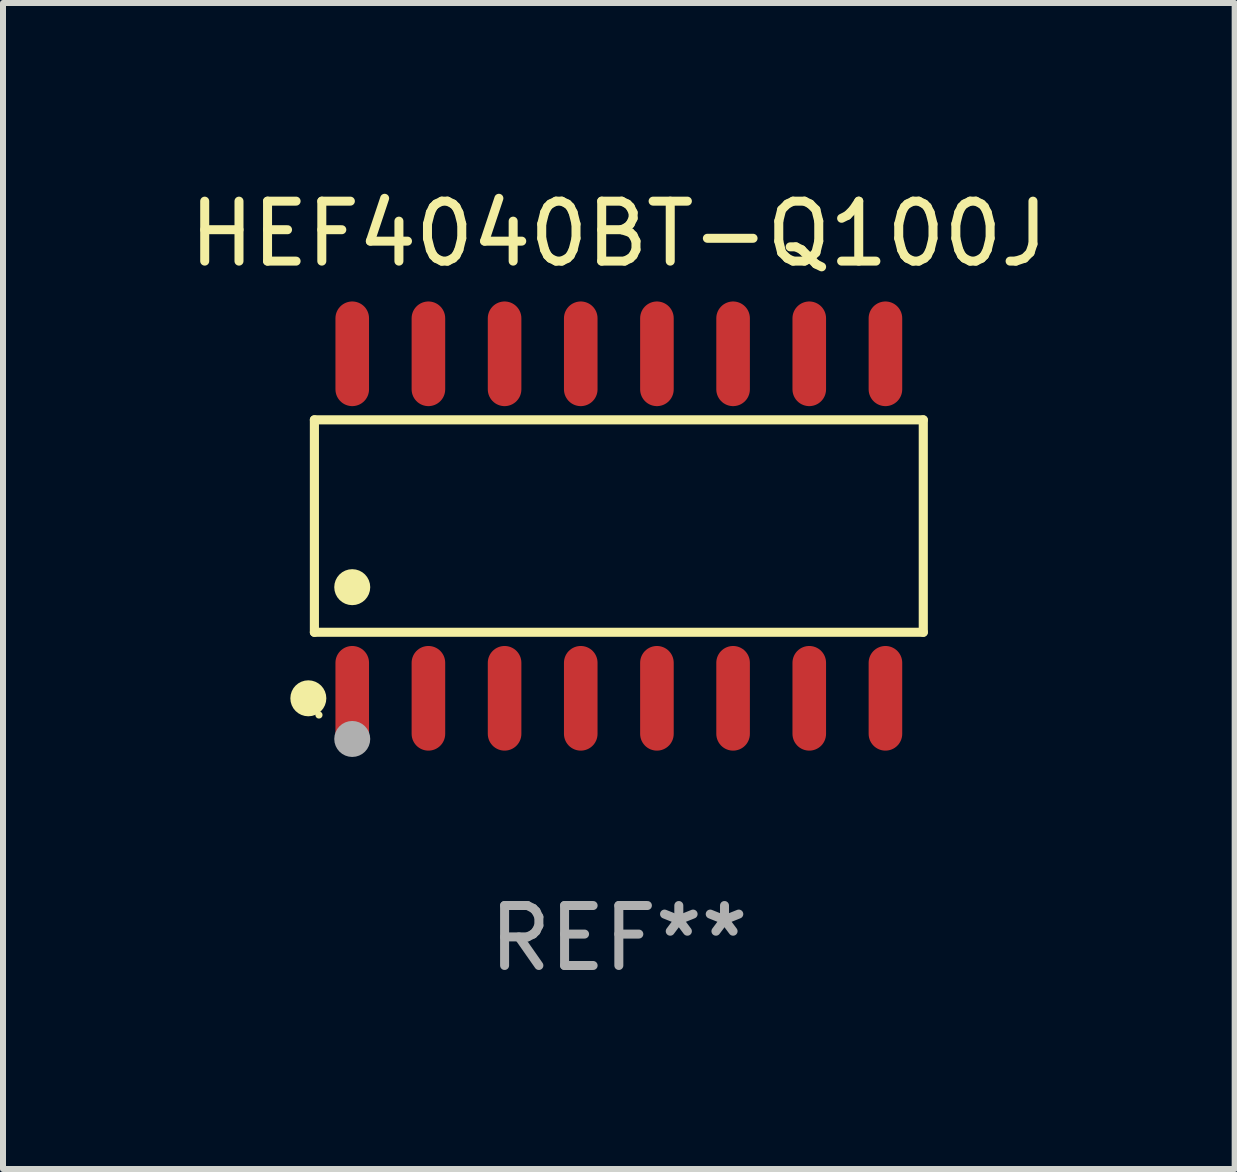
<source format=kicad_pcb>
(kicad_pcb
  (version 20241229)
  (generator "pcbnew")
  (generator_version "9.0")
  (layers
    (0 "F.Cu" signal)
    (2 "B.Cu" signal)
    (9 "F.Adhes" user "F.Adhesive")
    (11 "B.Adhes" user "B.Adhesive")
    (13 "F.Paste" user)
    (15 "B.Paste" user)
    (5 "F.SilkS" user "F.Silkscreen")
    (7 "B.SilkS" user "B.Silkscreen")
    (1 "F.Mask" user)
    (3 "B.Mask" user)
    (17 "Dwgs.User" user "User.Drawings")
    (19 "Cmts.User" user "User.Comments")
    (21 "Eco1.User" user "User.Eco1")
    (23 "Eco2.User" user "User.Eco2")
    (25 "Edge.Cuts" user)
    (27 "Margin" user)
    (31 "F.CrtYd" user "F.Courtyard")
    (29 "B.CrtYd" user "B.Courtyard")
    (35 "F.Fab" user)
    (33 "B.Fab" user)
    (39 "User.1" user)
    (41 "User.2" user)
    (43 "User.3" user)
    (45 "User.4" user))
  (footprint "HEF4040BT-Q100J"
    (layer "F.Cu")
    (at 7.268 5.721)
    (property "Reference" "HEF4040BT-Q100J" (at 0 -4.872 0) (layer "F.SilkS") (effects (font (size 1 1) (thickness 0.15))))
    (attr through_hole)
    (fp_line (start -5.076 -1.771) (end 5.076 -1.771) (stroke (width 0.152) (type solid)) (layer "F.SilkS"))
    (fp_line (start -5.076 1.771) (end -5.076 -1.771) (stroke (width 0.152) (type solid)) (layer "F.SilkS"))
    (fp_line (start 5.076 -1.771) (end 5.076 1.771) (stroke (width 0.152) (type solid)) (layer "F.SilkS"))
    (fp_line (start 5.076 1.771) (end -5.076 1.771) (stroke (width 0.152) (type solid)) (layer "F.SilkS"))
    (fp_circle (center -5.177 2.872) (end -5.027 2.872) (stroke (width 0.3) (type solid)) (fill no) (layer "F.SilkS"))
    (fp_circle (center -5 3.15) (end -4.97 3.15) (stroke (width 0.06) (type solid)) (fill no) (layer "F.SilkS"))
    (fp_circle (center -4.445 1.019) (end -4.295 1.019) (stroke (width 0.3) (type solid)) (fill no) (layer "F.SilkS"))
    (fp_circle (center -4.445 3.55) (end -4.295 3.55) (stroke (width 0.3) (type solid)) (fill no) (layer "F.Fab"))
    (fp_text user "REF**" (at 0 6.872 0) (layer "F.Fab") (effects (font (size 1 1) (thickness 0.15))))
    (pad "1" smd oval (at -4.445 2.872) (size 0.56 1.745) (layers "F.Cu" "F.Mask" "F.Paste"))
    (pad "2" smd oval (at -3.175 2.872) (size 0.56 1.745) (layers "F.Cu" "F.Mask" "F.Paste"))
    (pad "3" smd oval (at -1.905 2.872) (size 0.56 1.745) (layers "F.Cu" "F.Mask" "F.Paste"))
    (pad "4" smd oval (at -0.635 2.872) (size 0.56 1.745) (layers "F.Cu" "F.Mask" "F.Paste"))
    (pad "5" smd oval (at 0.635 2.872) (size 0.56 1.745) (layers "F.Cu" "F.Mask" "F.Paste"))
    (pad "6" smd oval (at 1.905 2.872) (size 0.56 1.745) (layers "F.Cu" "F.Mask" "F.Paste"))
    (pad "7" smd oval (at 3.175 2.872) (size 0.56 1.745) (layers "F.Cu" "F.Mask" "F.Paste"))
    (pad "8" smd oval (at 4.445 2.872) (size 0.56 1.745) (layers "F.Cu" "F.Mask" "F.Paste"))
    (pad "9" smd oval (at 4.445 -2.872) (size 0.56 1.745) (layers "F.Cu" "F.Mask" "F.Paste"))
    (pad "10" smd oval (at 3.175 -2.872) (size 0.56 1.745) (layers "F.Cu" "F.Mask" "F.Paste"))
    (pad "11" smd oval (at 1.905 -2.872) (size 0.56 1.745) (layers "F.Cu" "F.Mask" "F.Paste"))
    (pad "12" smd oval (at 0.635 -2.872) (size 0.56 1.745) (layers "F.Cu" "F.Mask" "F.Paste"))
    (pad "13" smd oval (at -0.635 -2.872) (size 0.56 1.745) (layers "F.Cu" "F.Mask" "F.Paste"))
    (pad "14" smd oval (at -1.905 -2.872) (size 0.56 1.745) (layers "F.Cu" "F.Mask" "F.Paste"))
    (pad "15" smd oval (at -3.175 -2.872) (size 0.56 1.745) (layers "F.Cu" "F.Mask" "F.Paste"))
    (pad "16" smd oval (at -4.445 -2.872) (size 0.56 1.745) (layers "F.Cu" "F.Mask" "F.Paste")))
  (gr_rect
    (start -3 -3)
    (end 17.536 16.441)
    (stroke (width 0.1) (type default))
    (fill no)
    (layer "Edge.Cuts")))
</source>
